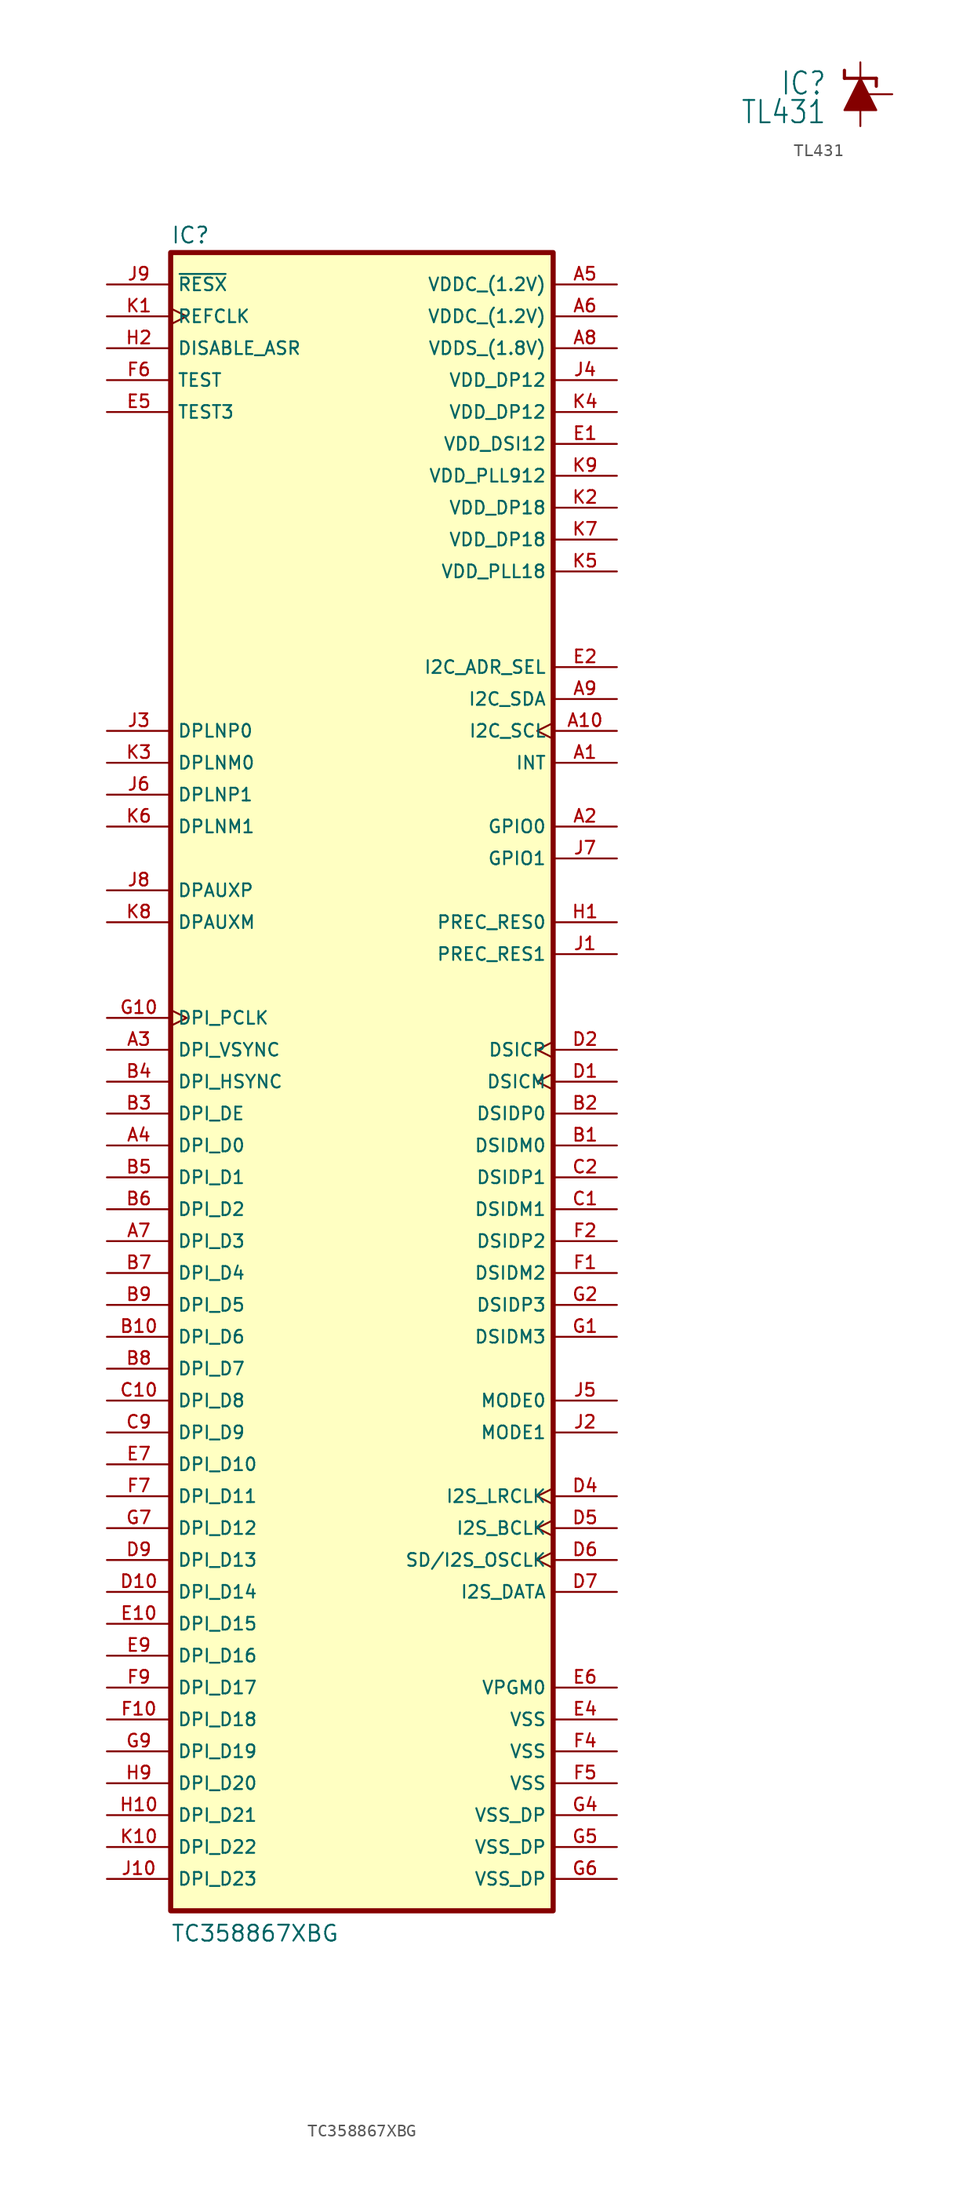
<source format=kicad_sym>
(kicad_symbol_lib
  (version 20241209)
  (generator "kicad_symbol_editor")
  (generator_version "9.0")
  (symbol "TC358867XBG"
    (property "Reference" "IC"
      (at 5.08 3.175 0)
      (effects (font (size 1.27 1.27)) (justify left bottom)))
    (property "Value" "TC358867XBG"
      (at 5.08 -132.08 0)
      (effects (font (size 1.27 1.27)) (justify left bottom)))
    (symbol "TC358867XBG_0_0"
      (pin input line (at 0 0 0) (length 5.08) (name "~{RESX}" (effects (font (size 1.016 1.016)))) (number "J9" (effects (font (size 1.016 1.016)))))
      (pin input clock (at 0 -2.54 0) (length 5.08) (name "REFCLK" (effects (font (size 1.016 1.016)))) (number "K1" (effects (font (size 1.016 1.016)))))
      (pin input line (at 0 -5.08 0) (length 5.08) (name "DISABLE_ASR" (effects (font (size 1.016 1.016)))) (number "H2" (effects (font (size 1.016 1.016)))))
      (pin input line (at 0 -7.62 0) (length 5.08) (name "TEST" (effects (font (size 1.016 1.016)))) (number "F6" (effects (font (size 1.016 1.016)))))
      (pin output line (at 0 -10.16 0) (length 5.08) (name "TEST3" (effects (font (size 1.016 1.016)))) (number "E5" (effects (font (size 1.016 1.016)))))
      (pin output line (at 0 -35.56 0) (length 5.08) (name "DPLNP0" (effects (font (size 1.016 1.016)))) (number "J3" (effects (font (size 1.016 1.016)))))
      (pin output line (at 0 -38.1 0) (length 5.08) (name "DPLNM0" (effects (font (size 1.016 1.016)))) (number "K3" (effects (font (size 1.016 1.016)))))
      (pin output line (at 0 -40.64 0) (length 5.08) (name "DPLNP1" (effects (font (size 1.016 1.016)))) (number "J6" (effects (font (size 1.016 1.016)))))
      (pin output line (at 0 -43.18 0) (length 5.08) (name "DPLNM1" (effects (font (size 1.016 1.016)))) (number "K6" (effects (font (size 1.016 1.016)))))
      (pin bidirectional line (at 0 -48.26 0) (length 5.08) (name "DPAUXP" (effects (font (size 1.016 1.016)))) (number "J8" (effects (font (size 1.016 1.016)))))
      (pin bidirectional line (at 0 -50.8 0) (length 5.08) (name "DPAUXM" (effects (font (size 1.016 1.016)))) (number "K8" (effects (font (size 1.016 1.016)))))
      (pin bidirectional clock (at 0 -58.42 0) (length 5.08) (name "DPI_PCLK" (effects (font (size 1.016 1.016)))) (number "G10" (effects (font (size 1.016 1.016)))))
      (pin bidirectional line (at 0 -60.96 0) (length 5.08) (name "DPI_VSYNC" (effects (font (size 1.016 1.016)))) (number "A3" (effects (font (size 1.016 1.016)))))
      (pin bidirectional line (at 0 -63.5 0) (length 5.08) (name "DPI_HSYNC" (effects (font (size 1.016 1.016)))) (number "B4" (effects (font (size 1.016 1.016)))))
      (pin bidirectional line (at 0 -66.04 0) (length 5.08) (name "DPI_DE" (effects (font (size 1.016 1.016)))) (number "B3" (effects (font (size 1.016 1.016)))))
      (pin bidirectional line (at 0 -68.58 0) (length 5.08) (name "DPI_D0" (effects (font (size 1.016 1.016)))) (number "A4" (effects (font (size 1.016 1.016)))))
      (pin bidirectional line (at 0 -71.12 0) (length 5.08) (name "DPI_D1" (effects (font (size 1.016 1.016)))) (number "B5" (effects (font (size 1.016 1.016)))))
      (pin bidirectional line (at 0 -73.66 0) (length 5.08) (name "DPI_D2" (effects (font (size 1.016 1.016)))) (number "B6" (effects (font (size 1.016 1.016)))))
      (pin bidirectional line (at 0 -76.2 0) (length 5.08) (name "DPI_D3" (effects (font (size 1.016 1.016)))) (number "A7" (effects (font (size 1.016 1.016)))))
      (pin bidirectional line (at 0 -78.74 0) (length 5.08) (name "DPI_D4" (effects (font (size 1.016 1.016)))) (number "B7" (effects (font (size 1.016 1.016)))))
      (pin bidirectional line (at 0 -81.28 0) (length 5.08) (name "DPI_D5" (effects (font (size 1.016 1.016)))) (number "B9" (effects (font (size 1.016 1.016)))))
      (pin bidirectional line (at 0 -83.82 0) (length 5.08) (name "DPI_D6" (effects (font (size 1.016 1.016)))) (number "B10" (effects (font (size 1.016 1.016)))))
      (pin bidirectional line (at 0 -86.36 0) (length 5.08) (name "DPI_D7" (effects (font (size 1.016 1.016)))) (number "B8" (effects (font (size 1.016 1.016)))))
      (pin bidirectional line (at 0 -88.9 0) (length 5.08) (name "DPI_D8" (effects (font (size 1.016 1.016)))) (number "C10" (effects (font (size 1.016 1.016)))))
      (pin bidirectional line (at 0 -91.44 0) (length 5.08) (name "DPI_D9" (effects (font (size 1.016 1.016)))) (number "C9" (effects (font (size 1.016 1.016)))))
      (pin bidirectional line (at 0 -93.98 0) (length 5.08) (name "DPI_D10" (effects (font (size 1.016 1.016)))) (number "E7" (effects (font (size 1.016 1.016)))))
      (pin bidirectional line (at 0 -96.52 0) (length 5.08) (name "DPI_D11" (effects (font (size 1.016 1.016)))) (number "F7" (effects (font (size 1.016 1.016)))))
      (pin bidirectional line (at 0 -99.06 0) (length 5.08) (name "DPI_D12" (effects (font (size 1.016 1.016)))) (number "G7" (effects (font (size 1.016 1.016)))))
      (pin bidirectional line (at 0 -101.6 0) (length 5.08) (name "DPI_D13" (effects (font (size 1.016 1.016)))) (number "D9" (effects (font (size 1.016 1.016)))))
      (pin bidirectional line (at 0 -104.14 0) (length 5.08) (name "DPI_D14" (effects (font (size 1.016 1.016)))) (number "D10" (effects (font (size 1.016 1.016)))))
      (pin bidirectional line (at 0 -106.68 0) (length 5.08) (name "DPI_D15" (effects (font (size 1.016 1.016)))) (number "E10" (effects (font (size 1.016 1.016)))))
      (pin bidirectional line (at 0 -109.22 0) (length 5.08) (name "DPI_D16" (effects (font (size 1.016 1.016)))) (number "E9" (effects (font (size 1.016 1.016)))))
      (pin bidirectional line (at 0 -111.76 0) (length 5.08) (name "DPI_D17" (effects (font (size 1.016 1.016)))) (number "F9" (effects (font (size 1.016 1.016)))))
      (pin bidirectional line (at 0 -114.3 0) (length 5.08) (name "DPI_D18" (effects (font (size 1.016 1.016)))) (number "F10" (effects (font (size 1.016 1.016)))))
      (pin bidirectional line (at 0 -116.84 0) (length 5.08) (name "DPI_D19" (effects (font (size 1.016 1.016)))) (number "G9" (effects (font (size 1.016 1.016)))))
      (pin bidirectional line (at 0 -119.38 0) (length 5.08) (name "DPI_D20" (effects (font (size 1.016 1.016)))) (number "H9" (effects (font (size 1.016 1.016)))))
      (pin bidirectional line (at 0 -121.92 0) (length 5.08) (name "DPI_D21" (effects (font (size 1.016 1.016)))) (number "H10" (effects (font (size 1.016 1.016)))))
      (pin bidirectional line (at 0 -124.46 0) (length 5.08) (name "DPI_D22" (effects (font (size 1.016 1.016)))) (number "K10" (effects (font (size 1.016 1.016)))))
      (pin bidirectional line (at 0 -127 0) (length 5.08) (name "DPI_D23" (effects (font (size 1.016 1.016)))) (number "J10" (effects (font (size 1.016 1.016)))))
      (pin power_in line (at 40.64 -7.62 180) (length 5.08) (name "VDD_DP12" (effects (font (size 1.016 1.016)))) (number "J4" (effects (font (size 1.016 1.016)))))
      (pin power_in line (at 40.64 -12.7 180) (length 5.08) (name "VDD_DSI12" (effects (font (size 1.016 1.016)))) (number "E1" (effects (font (size 1.016 1.016)))))
      (pin power_in line (at 40.64 -15.24 180) (length 5.08) (name "VDD_PLL912" (effects (font (size 1.016 1.016)))) (number "K9" (effects (font (size 1.016 1.016)))))
      (pin power_in line (at 40.64 -17.78 180) (length 5.08) (name "VDD_DP18" (effects (font (size 1.016 1.016)))) (number "K2" (effects (font (size 1.016 1.016)))))
      (pin power_in line (at 40.64 -22.86 180) (length 5.08) (name "VDD_PLL18" (effects (font (size 1.016 1.016)))) (number "K5" (effects (font (size 1.016 1.016)))))
      (pin input line (at 40.64 -30.48 180) (length 5.08) (name "I2C_ADR_SEL" (effects (font (size 1.016 1.016)))) (number "E2" (effects (font (size 1.016 1.016)))))
      (pin output line (at 40.64 -33.02 180) (length 5.08) (name "I2C_SDA" (effects (font (size 1.016 1.016)))) (number "A9" (effects (font (size 1.016 1.016)))))
      (pin output clock (at 40.64 -35.56 180) (length 5.08) (name "I2C_SCL" (effects (font (size 1.016 1.016)))) (number "A10" (effects (font (size 1.016 1.016)))))
      (pin output line (at 40.64 -38.1 180) (length 5.08) (name "INT" (effects (font (size 1.016 1.016)))) (number "A1" (effects (font (size 1.016 1.016)))))
      (pin bidirectional line (at 40.64 -43.18 180) (length 5.08) (name "GPIO0" (effects (font (size 1.016 1.016)))) (number "A2" (effects (font (size 1.016 1.016)))))
      (pin bidirectional line (at 40.64 -45.72 180) (length 5.08) (name "GPIO1" (effects (font (size 1.016 1.016)))) (number "J7" (effects (font (size 1.016 1.016)))))
      (pin input line (at 40.64 -50.8 180) (length 5.08) (name "PREC_RES0" (effects (font (size 1.016 1.016)))) (number "H1" (effects (font (size 1.016 1.016)))))
      (pin input line (at 40.64 -53.34 180) (length 5.08) (name "PREC_RES1" (effects (font (size 1.016 1.016)))) (number "J1" (effects (font (size 1.016 1.016)))))
      (pin input clock (at 40.64 -60.96 180) (length 5.08) (name "DSICP" (effects (font (size 1.016 1.016)))) (number "D2" (effects (font (size 1.016 1.016)))))
      (pin input clock (at 40.64 -63.5 180) (length 5.08) (name "DSICM" (effects (font (size 1.016 1.016)))) (number "D1" (effects (font (size 1.016 1.016)))))
      (pin bidirectional line (at 40.64 -66.04 180) (length 5.08) (name "DSIDP0" (effects (font (size 1.016 1.016)))) (number "B2" (effects (font (size 1.016 1.016)))))
      (pin bidirectional line (at 40.64 -68.58 180) (length 5.08) (name "DSIDM0" (effects (font (size 1.016 1.016)))) (number "B1" (effects (font (size 1.016 1.016)))))
      (pin input line (at 40.64 -71.12 180) (length 5.08) (name "DSIDP1" (effects (font (size 1.016 1.016)))) (number "C2" (effects (font (size 1.016 1.016)))))
      (pin input line (at 40.64 -73.66 180) (length 5.08) (name "DSIDM1" (effects (font (size 1.016 1.016)))) (number "C1" (effects (font (size 1.016 1.016)))))
      (pin input line (at 40.64 -76.2 180) (length 5.08) (name "DSIDP2" (effects (font (size 1.016 1.016)))) (number "F2" (effects (font (size 1.016 1.016)))))
      (pin input line (at 40.64 -78.74 180) (length 5.08) (name "DSIDM2" (effects (font (size 1.016 1.016)))) (number "F1" (effects (font (size 1.016 1.016)))))
      (pin input line (at 40.64 -81.28 180) (length 5.08) (name "DSIDP3" (effects (font (size 1.016 1.016)))) (number "G2" (effects (font (size 1.016 1.016)))))
      (pin input line (at 40.64 -83.82 180) (length 5.08) (name "DSIDM3" (effects (font (size 1.016 1.016)))) (number "G1" (effects (font (size 1.016 1.016)))))
      (pin input line (at 40.64 -88.9 180) (length 5.08) (name "MODE0" (effects (font (size 1.016 1.016)))) (number "J5" (effects (font (size 1.016 1.016)))))
      (pin input line (at 40.64 -91.44 180) (length 5.08) (name "MODE1" (effects (font (size 1.016 1.016)))) (number "J2" (effects (font (size 1.016 1.016)))))
      (pin input clock (at 40.64 -96.52 180) (length 5.08) (name "I2S_LRCLK" (effects (font (size 1.016 1.016)))) (number "D4" (effects (font (size 1.016 1.016)))))
      (pin input clock (at 40.64 -99.06 180) (length 5.08) (name "I2S_BCLK" (effects (font (size 1.016 1.016)))) (number "D5" (effects (font (size 1.016 1.016)))))
      (pin input clock (at 40.64 -101.6 180) (length 5.08) (name "SD/I2S_OSCLK" (effects (font (size 1.016 1.016)))) (number "D6" (effects (font (size 1.016 1.016)))))
      (pin input line (at 40.64 -104.14 180) (length 5.08) (name "I2S_DATA" (effects (font (size 1.016 1.016)))) (number "D7" (effects (font (size 1.016 1.016)))))
      (pin power_in line (at 40.64 -111.76 180) (length 5.08) (name "VPGM0" (effects (font (size 1.016 1.016)))) (number "E6" (effects (font (size 1.016 1.016)))))
      (pin power_in line (at 40.64 -114.3 180) (length 5.08) (name "VSS" (effects (font (size 1.016 1.016)))) (number "E4" (effects (font (size 1.016 1.016)))))
      (pin power_in line (at 40.64 -121.92 180) (length 5.08) (name "VSS_DP" (effects (font (size 1.016 1.016)))) (number "G4" (effects (font (size 1.016 1.016))))))
    (symbol "TC358867XBG_1_0"
      (rectangle (start 5.08 2.54) (end 35.56 -129.54) (stroke (width 0.406) (type solid)) (fill (type background)))
      (pin power_in line (at 40.64 0 180) (length 5.08) (name "VDDC_(1.2V)" (effects (font (size 1.016 1.016)))) (number "A5" (effects (font (size 1.016 1.016)))))
      (pin power_in line (at 40.64 -2.54 180) (length 5.08) (name "VDDC_(1.2V)" (effects (font (size 1.016 1.016)))) (number "A6" (effects (font (size 1.016 1.016)))))
      (pin power_in line (at 40.64 -5.08 180) (length 5.08) (name "VDDS_(1.8V)" (effects (font (size 1.016 1.016)))) (number "A8" (effects (font (size 1.016 1.016)))))
      (pin power_in line (at 40.64 -10.16 180) (length 5.08) (name "VDD_DP12" (effects (font (size 1.016 1.016)))) (number "K4" (effects (font (size 1.016 1.016)))))
      (pin power_in line (at 40.64 -20.32 180) (length 5.08) (name "VDD_DP18" (effects (font (size 1.016 1.016)))) (number "K7" (effects (font (size 1.016 1.016)))))
      (pin power_in line (at 40.64 -116.84 180) (length 5.08) (name "VSS" (effects (font (size 1.016 1.016)))) (number "F4" (effects (font (size 1.016 1.016)))))
      (pin power_in line (at 40.64 -119.38 180) (length 5.08) (name "VSS" (effects (font (size 1.016 1.016)))) (number "F5" (effects (font (size 1.016 1.016)))))
      (pin power_in line (at 40.64 -124.46 180) (length 5.08) (name "VSS_DP" (effects (font (size 1.016 1.016)))) (number "G5" (effects (font (size 1.016 1.016)))))
      (pin power_in line (at 40.64 -127 180) (length 5.08) (name "VSS_DP" (effects (font (size 1.016 1.016)))) (number "G6" (effects (font (size 1.016 1.016)))))))
  (symbol "TL431"
    (property "Reference" "IC"
      (at -2.667 1.905 0)
      (effects (font (size 1.778 1.511)) (justify right top)))
    (property "Value" "TL431"
      (at -2.667 -0.381 0)
      (effects (font (size 1.778 1.511)) (justify right top)))
    (symbol "TL431_1_0"
      (polyline (pts (xy -1.27 1.905) (xy -1.27 1.27)) (stroke (width 0.254) (type solid)) (fill (type none)))
      (polyline (pts (xy -1.27 1.27) (xy 1.27 1.27)) (stroke (width 0.254) (type solid)) (fill (type none)))
      (polyline (pts (xy 1.27 1.27) (xy 1.27 0.635)) (stroke (width 0.254) (type solid)) (fill (type none)))
      (pin passive line (at 0 2.54 270) (length 2.54) (name "C" (effects (font (size 0 0)))) (number "1" (effects (font (size 0 0)))))
      (pin passive line (at 0 -2.54 90) (length 2.54) (name "A" (effects (font (size 0 0)))) (number "3" (effects (font (size 0 0)))))
      (pin passive line (at 2.54 0 180) (length 2.54) (name "R" (effects (font (size 0 0)))) (number "2" (effects (font (size 0 0))))))
    (symbol "TL431_1_1"
      (polyline (pts (xy 0 1.27) (xy -1.27 -1.27) (xy 1.27 -1.27) (xy 0 1.27)) (stroke (width 0) (type default)) (fill (type outline))))))
</source>
